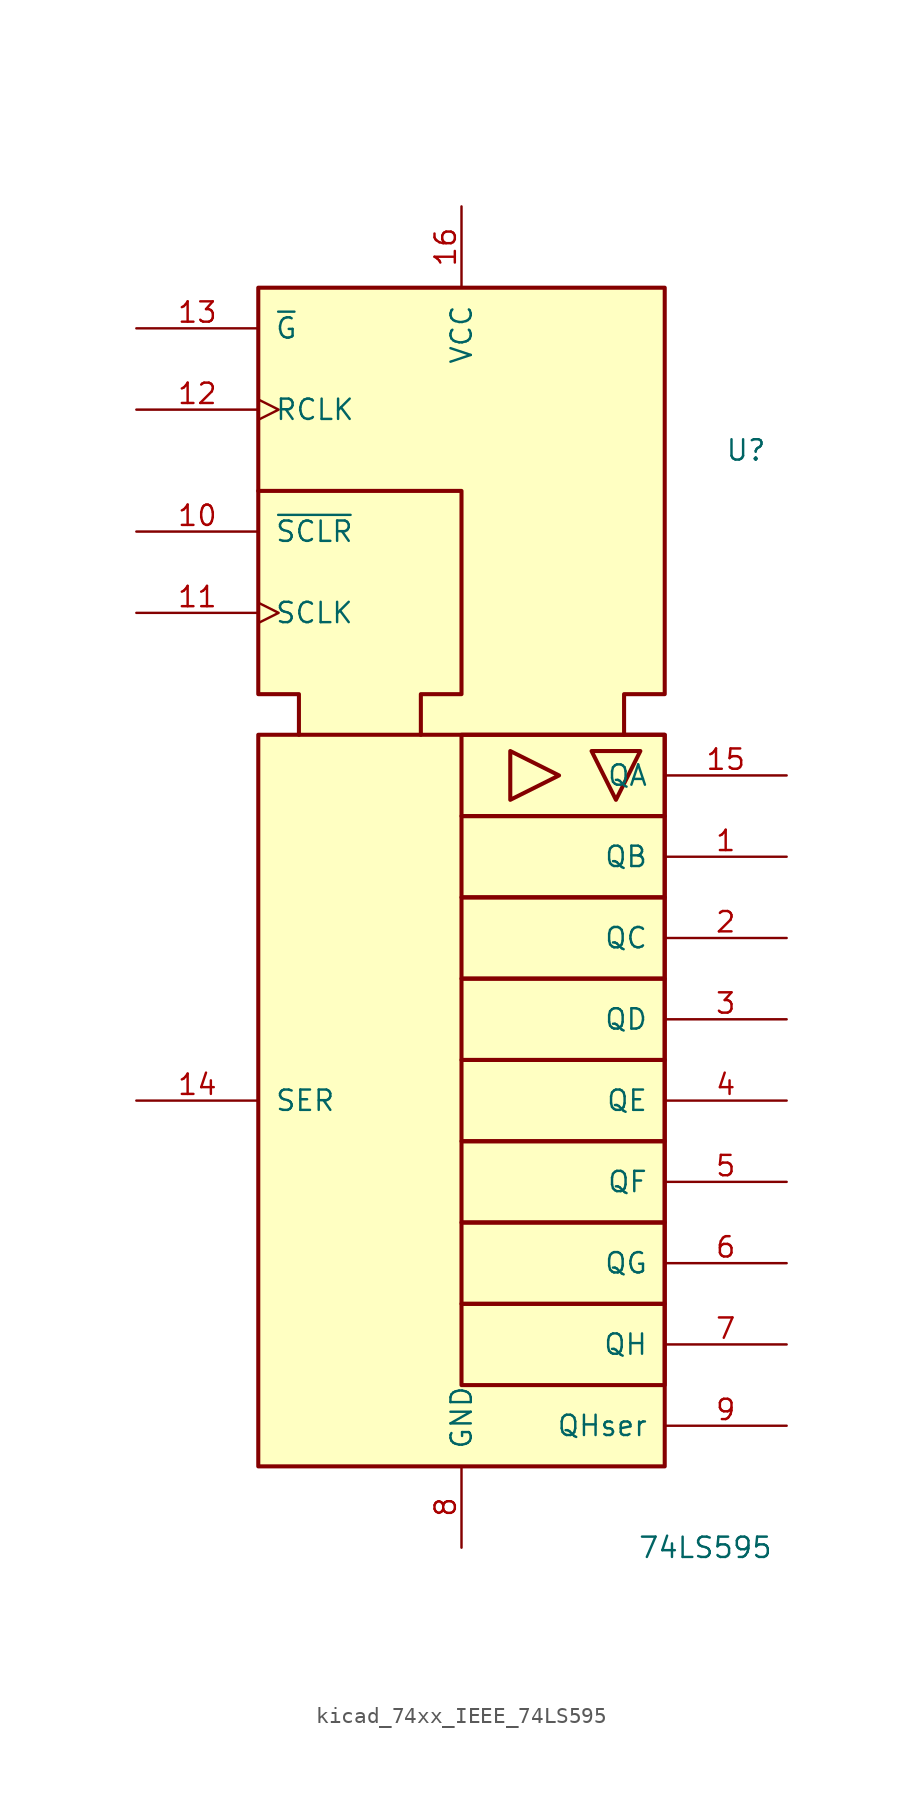
<source format=kicad_sym>
(kicad_symbol_lib
  (version 20220914)
  (generator kicad_symbol_editor)
  (symbol "kicad_74xx_IEEE_74LS595"
    (pin_names
      (offset 1.016))
    (property "Reference" "U"
      (at 17.78 20.32 0)
      (effects (font (size 1.27 1.27))))
    (property "Value" "74LS595"
      (at 15.24 -48.26 0)
      (effects (font (size 1.27 1.27))))
    (symbol "kicad_74xx_IEEE_74LS595_0_0"
      (rectangle (start -12.7 2.54) (end 12.7 -43.18) (stroke (width 0.254) (type default)) (fill (type background)))
      (rectangle (start 0 -33.02) (end 12.7 -38.1) (stroke (width 0.254) (type default)) (fill (type background)))
      (rectangle (start 0 -27.94) (end 12.7 -33.02) (stroke (width 0.254) (type default)) (fill (type background)))
      (rectangle (start 0 -22.86) (end 12.7 -27.94) (stroke (width 0.254) (type default)) (fill (type background)))
      (rectangle (start 0 -17.78) (end 12.7 -22.86) (stroke (width 0.254) (type default)) (fill (type background)))
      (rectangle (start 0 -12.7) (end 12.7 -17.78) (stroke (width 0.254) (type default)) (fill (type background)))
      (rectangle (start 0 -7.62) (end 12.7 -12.7) (stroke (width 0.254) (type default)) (fill (type background)))
      (rectangle (start 0 -2.54) (end 12.7 -7.62) (stroke (width 0.254) (type default)) (fill (type background)))
      (polyline (pts (xy 3.048 1.524) (xy 3.048 -1.524) (xy 6.096 0) (xy 3.048 1.524) (xy 3.048 1.524)) (stroke (width 0.254) (type default)) (fill (type background)))
      (polyline (pts (xy 11.176 1.524) (xy 8.128 1.524) (xy 9.652 -1.524) (xy 11.176 1.524) (xy 11.176 1.524)) (stroke (width 0.254) (type default)) (fill (type background)))
      (polyline (pts (xy -12.7 17.78) (xy 0 17.78) (xy 0 5.08) (xy -2.54 5.08) (xy -2.54 2.54) (xy -2.54 2.54)) (stroke (width 0.254) (type default)) (fill (type background)))
      (polyline (pts (xy -10.16 2.54) (xy -10.16 5.08) (xy -12.7 5.08) (xy -12.7 30.48) (xy 12.7 30.48) (xy 12.7 5.08) (xy 10.16 5.08) (xy 10.16 2.54) (xy 10.16 2.54)) (stroke (width 0.254) (type default)) (fill (type background)))
      (rectangle (start 0 2.54) (end 12.7 -2.54) (stroke (width 0.254) (type default)) (fill (type background))))
    (symbol "kicad_74xx_IEEE_74LS595_0_1"
      (pin power_in line (at 0 -48.26 90) (length 5.08) (name "GND" (effects (font (size 1.27 1.27)))) (number "8" (effects (font (size 1.27 1.27))))))
    (symbol "kicad_74xx_IEEE_74LS595_1_1"
      (pin tri_state line (at 20.32 -5.08 180) (length 7.62) (name "QB" (effects (font (size 1.27 1.27)))) (number "1" (effects (font (size 1.27 1.27)))))
      (pin input line (at -20.32 15.24 0) (length 7.62) (name "~{SCLR}" (effects (font (size 1.27 1.27)))) (number "10" (effects (font (size 1.27 1.27)))))
      (pin input clock (at -20.32 10.16 0) (length 7.62) (name "SCLK" (effects (font (size 1.27 1.27)))) (number "11" (effects (font (size 1.27 1.27)))))
      (pin input clock (at -20.32 22.86 0) (length 7.62) (name "RCLK" (effects (font (size 1.27 1.27)))) (number "12" (effects (font (size 1.27 1.27)))))
      (pin input line (at -20.32 27.94 0) (length 7.62) (name "~{G}" (effects (font (size 1.27 1.27)))) (number "13" (effects (font (size 1.27 1.27)))))
      (pin input line (at -20.32 -20.32 0) (length 7.62) (name "SER" (effects (font (size 1.27 1.27)))) (number "14" (effects (font (size 1.27 1.27)))))
      (pin tri_state line (at 20.32 0 180) (length 7.62) (name "QA" (effects (font (size 1.27 1.27)))) (number "15" (effects (font (size 1.27 1.27)))))
      (pin power_in line (at 0 35.56 270) (length 5.08) (name "VCC" (effects (font (size 1.27 1.27)))) (number "16" (effects (font (size 1.27 1.27)))))
      (pin tri_state line (at 20.32 -10.16 180) (length 7.62) (name "QC" (effects (font (size 1.27 1.27)))) (number "2" (effects (font (size 1.27 1.27)))))
      (pin tri_state line (at 20.32 -15.24 180) (length 7.62) (name "QD" (effects (font (size 1.27 1.27)))) (number "3" (effects (font (size 1.27 1.27)))))
      (pin tri_state line (at 20.32 -20.32 180) (length 7.62) (name "QE" (effects (font (size 1.27 1.27)))) (number "4" (effects (font (size 1.27 1.27)))))
      (pin tri_state line (at 20.32 -25.4 180) (length 7.62) (name "QF" (effects (font (size 1.27 1.27)))) (number "5" (effects (font (size 1.27 1.27)))))
      (pin tri_state line (at 20.32 -30.48 180) (length 7.62) (name "QG" (effects (font (size 1.27 1.27)))) (number "6" (effects (font (size 1.27 1.27)))))
      (pin tri_state line (at 20.32 -35.56 180) (length 7.62) (name "QH" (effects (font (size 1.27 1.27)))) (number "7" (effects (font (size 1.27 1.27)))))
      (pin output line (at 20.32 -40.64 180) (length 7.62) (name "QHser" (effects (font (size 1.27 1.27)))) (number "9" (effects (font (size 1.27 1.27))))))))
</source>
